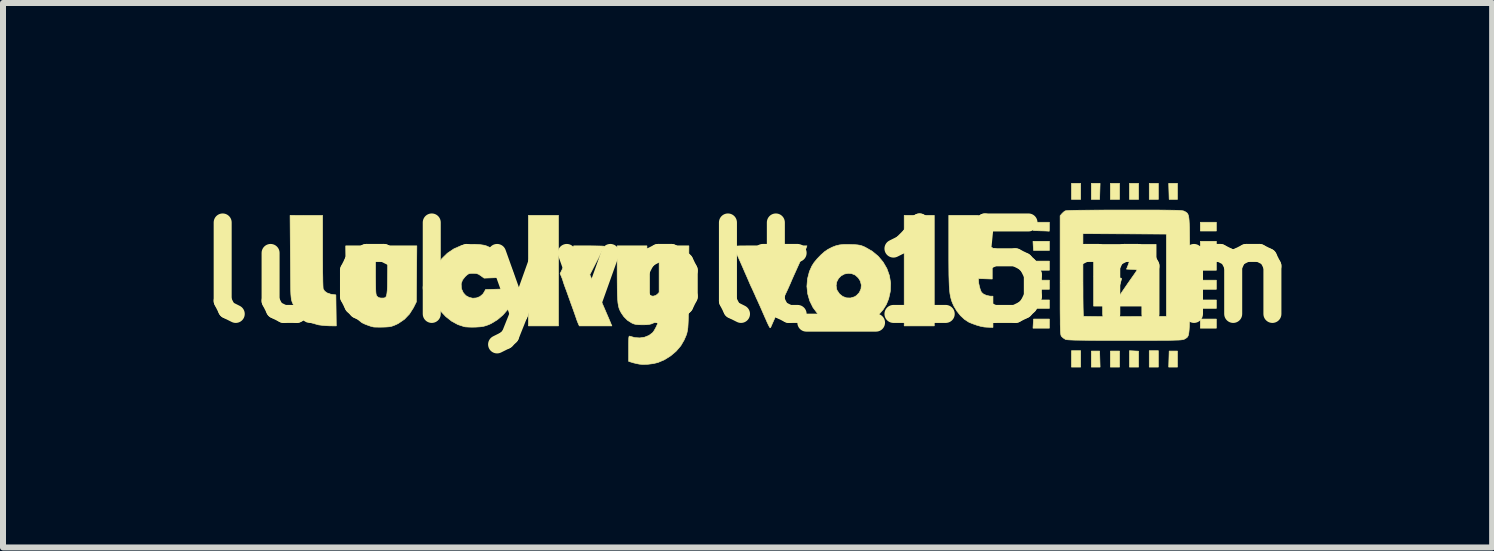
<source format=kicad_pcb>
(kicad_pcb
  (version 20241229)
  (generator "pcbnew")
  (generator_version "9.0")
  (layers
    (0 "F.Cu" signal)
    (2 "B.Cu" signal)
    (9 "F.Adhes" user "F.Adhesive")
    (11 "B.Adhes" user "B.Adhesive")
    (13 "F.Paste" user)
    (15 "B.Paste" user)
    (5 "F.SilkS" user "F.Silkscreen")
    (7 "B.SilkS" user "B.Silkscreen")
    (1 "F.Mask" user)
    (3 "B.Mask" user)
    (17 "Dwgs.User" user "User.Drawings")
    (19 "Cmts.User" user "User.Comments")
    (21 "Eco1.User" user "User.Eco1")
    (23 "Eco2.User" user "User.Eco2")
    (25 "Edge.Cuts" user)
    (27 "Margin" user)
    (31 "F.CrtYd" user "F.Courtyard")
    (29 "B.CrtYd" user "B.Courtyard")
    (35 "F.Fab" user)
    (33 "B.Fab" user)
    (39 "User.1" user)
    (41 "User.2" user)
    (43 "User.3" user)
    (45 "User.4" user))
  (footprint "luckyvolt_15mm"
    (layer "F.Cu")
    (at 9.405 1.491)
    (property "Reference" "luckyvolt_15mm" (at 0 0 0) (layer "F.SilkS") (effects (font (size 1.524 1.524) (thickness 0.3))))
    (attr through_hole)
    (fp_poly (pts (xy -3.15 0.889) (xy -3.651 0.889) (xy -3.651 -0.953) (xy -3.15 -0.953) (xy -3.15 0.889)) (stroke (width 0.01) (type solid)) (fill yes) (layer "F.SilkS"))
    (fp_poly (pts (xy 3.111 0.889) (xy 2.61 0.889) (xy 2.61 -0.953) (xy 3.111 -0.953) (xy 3.111 0.889)) (stroke (width 0.01) (type solid)) (fill yes) (layer "F.SilkS"))
    (fp_poly (pts (xy 5.029 -0.038) (xy 4.756 -0.038) (xy 4.765 -0.191) (xy 5.029 -0.191) (xy 5.029 -0.038)) (stroke (width 0.01) (type solid)) (fill yes) (layer "F.SilkS"))
    (fp_poly (pts (xy 5.029 0.597) (xy 4.763 0.597) (xy 4.763 0.457) (xy 5.029 0.457) (xy 5.029 0.597)) (stroke (width 0.01) (type solid)) (fill yes) (layer "F.SilkS"))
    (fp_poly (pts (xy 5.029 0.927) (xy 4.756 0.927) (xy 4.765 0.775) (xy 5.029 0.775) (xy 5.029 0.927)) (stroke (width 0.01) (type solid)) (fill yes) (layer "F.SilkS"))
    (fp_poly (pts (xy 5.55 -1.219) (xy 5.397 -1.219) (xy 5.397 -1.486) (xy 5.55 -1.486) (xy 5.55 -1.219)) (stroke (width 0.01) (type solid)) (fill yes) (layer "F.SilkS"))
    (fp_poly (pts (xy 5.55 1.575) (xy 5.397 1.575) (xy 5.397 1.302) (xy 5.55 1.302) (xy 5.55 1.575)) (stroke (width 0.01) (type solid)) (fill yes) (layer "F.SilkS"))
    (fp_poly (pts (xy 6.198 -1.219) (xy 6.045 -1.219) (xy 6.045 -1.486) (xy 6.198 -1.486) (xy 6.198 -1.219)) (stroke (width 0.01) (type solid)) (fill yes) (layer "F.SilkS"))
    (fp_poly (pts (xy 6.198 1.575) (xy 6.045 1.575) (xy 6.045 1.308) (xy 6.198 1.308) (xy 6.198 1.575)) (stroke (width 0.01) (type solid)) (fill yes) (layer "F.SilkS"))
    (fp_poly (pts (xy 6.515 -1.219) (xy 6.363 -1.219) (xy 6.363 -1.486) (xy 6.515 -1.486) (xy 6.515 -1.219)) (stroke (width 0.01) (type solid)) (fill yes) (layer "F.SilkS"))
    (fp_poly (pts (xy 6.845 -1.219) (xy 6.693 -1.219) (xy 6.693 -1.486) (xy 6.845 -1.486) (xy 6.845 -1.219)) (stroke (width 0.01) (type solid)) (fill yes) (layer "F.SilkS"))
    (fp_poly (pts (xy 6.845 1.575) (xy 6.693 1.575) (xy 6.693 1.302) (xy 6.845 1.302) (xy 6.845 1.575)) (stroke (width 0.01) (type solid)) (fill yes) (layer "F.SilkS"))
    (fp_poly (pts (xy 7.163 -1.486) (xy 7.163 -1.219) (xy 7.025 -1.219) (xy 7.017 -1.486) (xy 7.163 -1.486)) (stroke (width 0.01) (type solid)) (fill yes) (layer "F.SilkS"))
    (fp_poly (pts (xy 7.811 -0.692) (xy 7.544 -0.692) (xy 7.544 -0.838) (xy 7.811 -0.838) (xy 7.811 -0.692)) (stroke (width 0.01) (type solid)) (fill yes) (layer "F.SilkS"))
    (fp_poly (pts (xy 7.811 -0.368) (xy 7.544 -0.368) (xy 7.544 -0.521) (xy 7.811 -0.521) (xy 7.811 -0.368)) (stroke (width 0.01) (type solid)) (fill yes) (layer "F.SilkS"))
    (fp_poly (pts (xy 7.811 -0.038) (xy 7.544 -0.038) (xy 7.544 -0.191) (xy 7.811 -0.191) (xy 7.811 -0.038)) (stroke (width 0.01) (type solid)) (fill yes) (layer "F.SilkS"))
    (fp_poly (pts (xy 7.811 0.279) (xy 7.544 0.279) (xy 7.544 0.127) (xy 7.811 0.127) (xy 7.811 0.279)) (stroke (width 0.01) (type solid)) (fill yes) (layer "F.SilkS"))
    (fp_poly (pts (xy 7.811 0.597) (xy 7.544 0.597) (xy 7.544 0.457) (xy 7.811 0.457) (xy 7.811 0.597)) (stroke (width 0.01) (type solid)) (fill yes) (layer "F.SilkS"))
    (fp_poly (pts (xy 7.811 0.927) (xy 7.544 0.927) (xy 7.544 0.775) (xy 7.811 0.775) (xy 7.811 0.927)) (stroke (width 0.01) (type solid)) (fill yes) (layer "F.SilkS"))
    (fp_poly (pts (xy 5.87 -1.353) (xy 5.866 -1.219) (xy 5.728 -1.219) (xy 5.728 -1.486) (xy 5.874 -1.486) (xy 5.87 -1.353)) (stroke (width 0.01) (type solid)) (fill yes) (layer "F.SilkS"))
    (fp_poly (pts (xy 4.893 -0.521) (xy 5.029 -0.521) (xy 5.029 -0.368) (xy 4.765 -0.368) (xy 4.76 -0.445) (xy 4.756 -0.521) (xy 4.893 -0.521)) (stroke (width 0.01) (type solid)) (fill yes) (layer "F.SilkS"))
    (fp_poly (pts (xy 4.893 0.127) (xy 5.029 0.127) (xy 5.029 0.279) (xy 4.765 0.279) (xy 4.76 0.203) (xy 4.756 0.127) (xy 4.893 0.127)) (stroke (width 0.01) (type solid)) (fill yes) (layer "F.SilkS"))
    (fp_poly (pts (xy 5.87 1.441) (xy 5.874 1.575) (xy 5.801 1.575) (xy 5.728 1.575) (xy 5.728 1.308) (xy 5.866 1.308) (xy 5.87 1.441)) (stroke (width 0.01) (type solid)) (fill yes) (layer "F.SilkS"))
    (fp_poly (pts (xy 6.439 1.306) (xy 6.515 1.31) (xy 6.515 1.575) (xy 6.363 1.575) (xy 6.363 1.438) (xy 6.363 1.302) (xy 6.439 1.306)) (stroke (width 0.01) (type solid)) (fill yes) (layer "F.SilkS"))
    (fp_poly (pts (xy 7.163 1.575) (xy 7.09 1.575) (xy 7.017 1.575) (xy 7.021 1.441) (xy 7.025 1.308) (xy 7.163 1.308) (xy 7.163 1.575)) (stroke (width 0.01) (type solid)) (fill yes) (layer "F.SilkS"))
    (fp_poly (pts (xy 5.029 -0.762) (xy 5.029 -0.722) (xy 5.027 -0.696) (xy 5.026 -0.688) (xy 5.013 -0.69) (xy 4.98 -0.692) (xy 4.932 -0.694) (xy 4.893 -0.695) (xy 4.763 -0.699) (xy 4.763 -0.838) (xy 5.029 -0.838) (xy 5.029 -0.762)) (stroke (width 0.01) (type solid)) (fill yes) (layer "F.SilkS"))
    (fp_poly (pts (xy -7.351 -0.952) (xy -7.08 -0.952) (xy -7.08 -0.359) (xy -7.08 -0.237) (xy -7.079 -0.123) (xy -7.079 -0.018) (xy -7.077 0.075) (xy -7.076 0.153) (xy -7.074 0.213) (xy -7.072 0.253) (xy -7.071 0.269) (xy -7.047 0.309) (xy -7.004 0.34) (xy -6.946 0.36) (xy -6.922 0.364) (xy -6.859 0.372) (xy -6.852 0.889) (xy -6.96 0.888) (xy -7.023 0.885) (xy -7.09 0.879) (xy -7.146 0.872) (xy -7.15 0.871) (xy -7.268 0.838) (xy -7.37 0.784) (xy -7.456 0.711) (xy -7.527 0.617) (xy -7.583 0.503) (xy -7.583 0.501) (xy -7.59 0.484) (xy -7.595 0.467) (xy -7.6 0.449) (xy -7.603 0.426) (xy -7.606 0.397) (xy -7.609 0.359) (xy -7.611 0.311) (xy -7.612 0.25) (xy -7.613 0.173) (xy -7.614 0.079) (xy -7.615 -0.035) (xy -7.616 -0.17) (xy -7.617 -0.264) (xy -7.622 -0.953) (xy -7.351 -0.952)) (stroke (width 0.01) (type solid)) (fill yes) (layer "F.SilkS"))
    (fp_poly (pts (xy 3.848 -0.419) (xy 4.077 -0.419) (xy 4.077 0.108) (xy 3.962 0.104) (xy 3.848 0.1) (xy 3.848 0.132) (xy 3.852 0.18) (xy 3.864 0.235) (xy 3.879 0.287) (xy 3.896 0.326) (xy 3.9 0.331) (xy 3.932 0.359) (xy 3.979 0.38) (xy 4.034 0.392) (xy 4.056 0.394) (xy 4.089 0.394) (xy 4.089 0.914) (xy 4.029 0.912) (xy 3.983 0.91) (xy 3.941 0.907) (xy 3.931 0.905) (xy 3.881 0.895) (xy 3.818 0.877) (xy 3.753 0.854) (xy 3.696 0.831) (xy 3.684 0.825) (xy 3.616 0.781) (xy 3.549 0.719) (xy 3.489 0.644) (xy 3.44 0.563) (xy 3.436 0.555) (xy 3.418 0.516) (xy 3.403 0.478) (xy 3.391 0.439) (xy 3.381 0.397) (xy 3.372 0.348) (xy 3.366 0.291) (xy 3.361 0.222) (xy 3.358 0.141) (xy 3.355 0.043) (xy 3.354 -0.073) (xy 3.353 -0.209) (xy 3.353 -0.359) (xy 3.353 -0.953) (xy 3.848 -0.953) (xy 3.848 -0.419)) (stroke (width 0.01) (type solid)) (fill yes) (layer "F.SilkS"))
    (fp_poly (pts (xy -2.565 -0.444) (xy -2.497 -0.443) (xy -2.442 -0.442) (xy -2.405 -0.44) (xy -2.388 -0.438) (xy -2.388 -0.438) (xy -2.393 -0.425) (xy -2.409 -0.393) (xy -2.432 -0.346) (xy -2.463 -0.286) (xy -2.497 -0.218) (xy -2.508 -0.198) (xy -2.628 0.036) (xy -2.557 0.199) (xy -2.53 0.262) (xy -2.504 0.32) (xy -2.484 0.368) (xy -2.47 0.399) (xy -2.469 0.403) (xy -2.45 0.446) (xy -2.433 0.486) (xy -2.42 0.516) (xy -2.4 0.562) (xy -2.375 0.62) (xy -2.348 0.683) (xy -2.321 0.745) (xy -2.298 0.799) (xy -2.281 0.84) (xy -2.278 0.848) (xy -2.26 0.889) (xy -2.803 0.889) (xy -2.819 0.854) (xy -2.834 0.818) (xy -2.85 0.776) (xy -2.852 0.768) (xy -2.863 0.736) (xy -2.88 0.687) (xy -2.901 0.628) (xy -2.921 0.572) (xy -2.943 0.512) (xy -2.962 0.458) (xy -2.977 0.417) (xy -2.985 0.394) (xy -2.995 0.366) (xy -3.01 0.324) (xy -3.028 0.275) (xy -3.029 0.273) (xy -3.047 0.224) (xy -3.063 0.178) (xy -3.073 0.147) (xy -3.073 0.146) (xy -3.085 0.108) (xy -3.102 0.066) (xy -3.103 0.063) (xy -3.123 0.018) (xy -2.896 -0.445) (xy -2.642 -0.445) (xy -2.565 -0.444)) (stroke (width 0.01) (type solid)) (fill yes) (layer "F.SilkS"))
    (fp_poly (pts (xy 6.807 0.559) (xy 5.766 0.559) (xy 5.766 0.061) (xy 6.071 0.061) (xy 6.078 0.079) (xy 6.099 0.087) (xy 6.135 0.089) (xy 6.154 0.089) (xy 6.199 0.09) (xy 6.223 0.093) (xy 6.232 0.1) (xy 6.231 0.111) (xy 6.224 0.133) (xy 6.213 0.172) (xy 6.199 0.222) (xy 6.193 0.241) (xy 6.177 0.295) (xy 6.162 0.343) (xy 6.15 0.378) (xy 6.148 0.385) (xy 6.137 0.422) (xy 6.135 0.446) (xy 6.143 0.452) (xy 6.147 0.451) (xy 6.16 0.437) (xy 6.182 0.408) (xy 6.203 0.377) (xy 6.236 0.327) (xy 6.282 0.26) (xy 6.338 0.178) (xy 6.402 0.087) (xy 6.443 0.029) (xy 6.467 -0.006) (xy 6.484 -0.033) (xy 6.49 -0.044) (xy 6.478 -0.047) (xy 6.448 -0.051) (xy 6.404 -0.053) (xy 6.402 -0.053) (xy 6.314 -0.057) (xy 6.337 -0.114) (xy 6.352 -0.156) (xy 6.37 -0.21) (xy 6.388 -0.266) (xy 6.389 -0.267) (xy 6.403 -0.314) (xy 6.415 -0.353) (xy 6.423 -0.376) (xy 6.423 -0.378) (xy 6.42 -0.385) (xy 6.401 -0.39) (xy 6.363 -0.393) (xy 6.303 -0.394) (xy 6.289 -0.394) (xy 6.148 -0.394) (xy 6.14 -0.333) (xy 6.134 -0.288) (xy 6.124 -0.232) (xy 6.115 -0.184) (xy 6.104 -0.127) (xy 6.092 -0.068) (xy 6.084 -0.028) (xy 6.074 0.027) (xy 6.071 0.061) (xy 5.766 0.061) (xy 5.766 -0.47) (xy 6.807 -0.47) (xy 6.807 0.559)) (stroke (width 0.01) (type solid)) (fill yes) (layer "F.SilkS"))
    (fp_poly (pts (xy -6.198 -0.04) (xy -6.198 0.073) (xy -6.197 0.163) (xy -6.196 0.233) (xy -6.195 0.287) (xy -6.193 0.325) (xy -6.19 0.353) (xy -6.186 0.372) (xy -6.181 0.385) (xy -6.174 0.394) (xy -6.174 0.395) (xy -6.147 0.417) (xy -6.11 0.425) (xy -6.098 0.425) (xy -6.072 0.425) (xy -6.052 0.423) (xy -6.036 0.416) (xy -6.023 0.403) (xy -6.014 0.38) (xy -6.008 0.346) (xy -6.003 0.298) (xy -6 0.233) (xy -5.999 0.149) (xy -5.998 0.043) (xy -5.997 -0.032) (xy -5.993 -0.445) (xy -5.51 -0.445) (xy -5.514 0.022) (xy -5.518 0.489) (xy -5.567 0.587) (xy -5.633 0.691) (xy -5.717 0.779) (xy -5.818 0.848) (xy -5.848 0.863) (xy -5.892 0.882) (xy -5.929 0.895) (xy -5.968 0.903) (xy -6.017 0.907) (xy -6.071 0.909) (xy -6.13 0.91) (xy -6.182 0.909) (xy -6.221 0.908) (xy -6.236 0.906) (xy -6.275 0.896) (xy -6.324 0.879) (xy -6.374 0.86) (xy -6.414 0.841) (xy -6.43 0.832) (xy -6.47 0.799) (xy -6.516 0.756) (xy -6.559 0.71) (xy -6.591 0.67) (xy -6.597 0.661) (xy -6.617 0.625) (xy -6.639 0.576) (xy -6.655 0.533) (xy -6.663 0.511) (xy -6.67 0.488) (xy -6.675 0.464) (xy -6.679 0.435) (xy -6.682 0.397) (xy -6.684 0.349) (xy -6.686 0.286) (xy -6.688 0.206) (xy -6.689 0.107) (xy -6.69 0.003) (xy -6.695 -0.445) (xy -6.198 -0.445) (xy -6.198 -0.04)) (stroke (width 0.01) (type solid)) (fill yes) (layer "F.SilkS"))
    (fp_poly (pts (xy 1.712 -0.467) (xy 1.781 -0.465) (xy 1.831 -0.461) (xy 1.87 -0.455) (xy 1.903 -0.446) (xy 1.938 -0.432) (xy 1.96 -0.422) (xy 2.077 -0.355) (xy 2.177 -0.272) (xy 2.259 -0.174) (xy 2.322 -0.066) (xy 2.364 0.051) (xy 2.384 0.174) (xy 2.38 0.301) (xy 2.376 0.327) (xy 2.351 0.438) (xy 2.312 0.533) (xy 2.26 0.616) (xy 2.169 0.722) (xy 2.065 0.805) (xy 1.95 0.866) (xy 1.923 0.876) (xy 1.865 0.892) (xy 1.79 0.903) (xy 1.707 0.909) (xy 1.626 0.91) (xy 1.555 0.905) (xy 1.536 0.902) (xy 1.46 0.88) (xy 1.375 0.842) (xy 1.291 0.791) (xy 1.261 0.769) (xy 1.166 0.683) (xy 1.091 0.583) (xy 1.036 0.472) (xy 1.002 0.353) (xy 0.989 0.23) (xy 0.99 0.218) (xy 1.476 0.218) (xy 1.486 0.281) (xy 1.493 0.298) (xy 1.533 0.357) (xy 1.587 0.399) (xy 1.65 0.422) (xy 1.715 0.424) (xy 1.78 0.405) (xy 1.813 0.385) (xy 1.862 0.334) (xy 1.89 0.273) (xy 1.896 0.208) (xy 1.88 0.143) (xy 1.846 0.089) (xy 1.795 0.042) (xy 1.735 0.018) (xy 1.68 0.013) (xy 1.615 0.024) (xy 1.559 0.055) (xy 1.515 0.1) (xy 1.486 0.156) (xy 1.476 0.218) (xy 0.99 0.218) (xy 0.999 0.105) (xy 1.031 -0.018) (xy 1.071 -0.107) (xy 1.109 -0.167) (xy 1.162 -0.231) (xy 1.223 -0.294) (xy 1.284 -0.348) (xy 1.34 -0.386) (xy 1.41 -0.422) (xy 1.472 -0.446) (xy 1.535 -0.461) (xy 1.606 -0.468) (xy 1.692 -0.468) (xy 1.712 -0.467)) (stroke (width 0.01) (type solid)) (fill yes) (layer "F.SilkS"))
    (fp_poly (pts (xy -1.676 0.331) (xy -1.645 0.363) (xy -1.604 0.388) (xy -1.575 0.394) (xy -1.53 0.382) (xy -1.504 0.363) (xy -1.473 0.331) (xy -1.473 -0.445) (xy -0.977 -0.445) (xy -0.981 0.244) (xy -0.982 0.398) (xy -0.983 0.528) (xy -0.984 0.637) (xy -0.986 0.728) (xy -0.988 0.803) (xy -0.991 0.864) (xy -0.994 0.914) (xy -0.999 0.955) (xy -1.006 0.989) (xy -1.013 1.019) (xy -1.023 1.047) (xy -1.035 1.075) (xy -1.049 1.107) (xy -1.056 1.124) (xy -1.112 1.22) (xy -1.188 1.309) (xy -1.281 1.388) (xy -1.385 1.453) (xy -1.491 1.498) (xy -1.569 1.517) (xy -1.657 1.528) (xy -1.743 1.531) (xy -1.803 1.526) (xy -1.853 1.516) (xy -1.906 1.503) (xy -1.921 1.498) (xy -1.981 1.48) (xy -1.981 1.266) (xy -1.981 1.188) (xy -1.98 1.131) (xy -1.979 1.094) (xy -1.976 1.071) (xy -1.971 1.061) (xy -1.964 1.059) (xy -1.959 1.061) (xy -1.878 1.084) (xy -1.795 1.089) (xy -1.715 1.077) (xy -1.643 1.048) (xy -1.585 1.005) (xy -1.57 0.988) (xy -1.549 0.955) (xy -1.527 0.915) (xy -1.508 0.875) (xy -1.495 0.84) (xy -1.491 0.819) (xy -1.492 0.815) (xy -1.506 0.816) (xy -1.536 0.827) (xy -1.564 0.839) (xy -1.601 0.855) (xy -1.638 0.864) (xy -1.682 0.869) (xy -1.742 0.87) (xy -1.752 0.87) (xy -1.813 0.869) (xy -1.857 0.865) (xy -1.891 0.857) (xy -1.923 0.844) (xy -1.93 0.84) (xy -2.001 0.795) (xy -2.059 0.737) (xy -2.095 0.686) (xy -2.114 0.655) (xy -2.129 0.624) (xy -2.142 0.591) (xy -2.151 0.552) (xy -2.159 0.506) (xy -2.164 0.448) (xy -2.168 0.377) (xy -2.17 0.29) (xy -2.171 0.184) (xy -2.172 0.056) (xy -2.172 0.014) (xy -2.172 -0.445) (xy -1.676 -0.445) (xy -1.676 0.331)) (stroke (width 0.01) (type solid)) (fill yes) (layer "F.SilkS"))
    (fp_poly (pts (xy 0.977 -0.41) (xy 0.963 -0.376) (xy 0.94 -0.324) (xy 0.91 -0.258) (xy 0.875 -0.182) (xy 0.87 -0.171) (xy 0.84 -0.105) (xy 0.804 -0.025) (xy 0.766 0.059) (xy 0.736 0.127) (xy 0.711 0.186) (xy 0.683 0.249) (xy 0.659 0.302) (xy 0.632 0.359) (xy 0.603 0.422) (xy 0.586 0.46) (xy 0.562 0.513) (xy 0.534 0.576) (xy 0.508 0.635) (xy 0.483 0.693) (xy 0.456 0.755) (xy 0.433 0.806) (xy 0.433 0.806) (xy 0.413 0.851) (xy 0.396 0.89) (xy 0.386 0.912) (xy 0.381 0.92) (xy 0.373 0.918) (xy 0.363 0.903) (xy 0.347 0.872) (xy 0.324 0.823) (xy 0.294 0.754) (xy 0.293 0.753) (xy 0.261 0.68) (xy 0.229 0.606) (xy 0.199 0.539) (xy 0.175 0.486) (xy 0.168 0.47) (xy 0.144 0.419) (xy 0.123 0.37) (xy 0.106 0.334) (xy 0.105 0.33) (xy 0.087 0.291) (xy 0.071 0.256) (xy 0.07 0.254) (xy 0.06 0.234) (xy 0.042 0.194) (xy 0.018 0.138) (xy -0.012 0.069) (xy -0.046 -0.008) (xy -0.07 -0.064) (xy -0.105 -0.144) (xy -0.138 -0.218) (xy -0.167 -0.282) (xy -0.19 -0.331) (xy -0.206 -0.364) (xy -0.211 -0.374) (xy -0.225 -0.404) (xy -0.229 -0.422) (xy -0.227 -0.43) (xy -0.219 -0.436) (xy -0.203 -0.44) (xy -0.173 -0.442) (xy -0.128 -0.444) (xy -0.063 -0.444) (xy 0.000205 -0.445) (xy 0.229 -0.445) (xy 0.247 -0.403) (xy 0.262 -0.365) (xy 0.28 -0.319) (xy 0.286 -0.305) (xy 0.305 -0.255) (xy 0.327 -0.204) (xy 0.331 -0.193) (xy 0.346 -0.157) (xy 0.355 -0.128) (xy 0.356 -0.12) (xy 0.364 -0.104) (xy 0.371 -0.102) (xy 0.382 -0.113) (xy 0.4 -0.143) (xy 0.423 -0.189) (xy 0.45 -0.246) (xy 0.462 -0.273) (xy 0.536 -0.445) (xy 0.99 -0.445) (xy 0.977 -0.41)) (stroke (width 0.01) (type solid)) (fill yes) (layer "F.SilkS"))
    (fp_poly (pts (xy -4.462 -0.466) (xy -4.388 -0.455) (xy -4.354 -0.445) (xy -4.256 -0.402) (xy -4.163 -0.344) (xy -4.079 -0.275) (xy -4.01 -0.2) (xy -3.963 -0.126) (xy -3.944 -0.086) (xy -3.926 -0.041) (xy -3.909 0.004) (xy -3.896 0.042) (xy -3.89 0.066) (xy -3.89 0.072) (xy -3.904 0.074) (xy -3.939 0.076) (xy -3.991 0.079) (xy -4.057 0.081) (xy -4.133 0.084) (xy -4.142 0.084) (xy -4.389 0.093) (xy -4.444 0.053) (xy -4.482 0.028) (xy -4.517 0.016) (xy -4.561 0.013) (xy -4.574 0.013) (xy -4.616 0.014) (xy -4.646 0.021) (xy -4.672 0.038) (xy -4.704 0.067) (xy -4.749 0.124) (xy -4.771 0.186) (xy -4.768 0.255) (xy -4.763 0.277) (xy -4.735 0.338) (xy -4.692 0.385) (xy -4.638 0.414) (xy -4.578 0.428) (xy -4.518 0.423) (xy -4.46 0.401) (xy -4.411 0.36) (xy -4.387 0.324) (xy -4.365 0.283) (xy -4.123 0.276) (xy -4.047 0.273) (xy -3.98 0.272) (xy -3.927 0.272) (xy -3.89 0.272) (xy -3.875 0.274) (xy -3.875 0.274) (xy -3.874 0.29) (xy -3.88 0.323) (xy -3.89 0.368) (xy -3.904 0.418) (xy -3.92 0.467) (xy -3.935 0.508) (xy -3.94 0.521) (xy -3.998 0.618) (xy -4.076 0.708) (xy -4.169 0.787) (xy -4.271 0.849) (xy -4.31 0.867) (xy -4.359 0.885) (xy -4.403 0.897) (xy -4.452 0.904) (xy -4.515 0.908) (xy -4.534 0.909) (xy -4.596 0.91) (xy -4.654 0.908) (xy -4.701 0.905) (xy -4.719 0.902) (xy -4.826 0.867) (xy -4.929 0.811) (xy -5.025 0.736) (xy -5.109 0.647) (xy -5.178 0.547) (xy -5.214 0.474) (xy -5.231 0.428) (xy -5.242 0.386) (xy -5.249 0.337) (xy -5.254 0.275) (xy -5.255 0.245) (xy -5.257 0.179) (xy -5.256 0.131) (xy -5.252 0.091) (xy -5.242 0.053) (xy -5.227 0.007) (xy -5.227 0.005) (xy -5.171 -0.12) (xy -5.095 -0.23) (xy -5.001 -0.322) (xy -4.891 -0.396) (xy -4.776 -0.446) (xy -4.713 -0.461) (xy -4.633 -0.469) (xy -4.547 -0.471) (xy -4.462 -0.466)) (stroke (width 0.01) (type solid)) (fill yes) (layer "F.SilkS"))
    (fp_poly (pts (xy 6.462 -1.041) (xy 6.618 -1.041) (xy 6.751 -1.041) (xy 6.865 -1.041) (xy 6.96 -1.04) (xy 7.039 -1.039) (xy 7.103 -1.038) (xy 7.154 -1.037) (xy 7.193 -1.035) (xy 7.223 -1.033) (xy 7.245 -1.03) (xy 7.261 -1.027) (xy 7.272 -1.024) (xy 7.281 -1.019) (xy 7.286 -1.017) (xy 7.301 -1.008) (xy 7.313 -1) (xy 7.324 -0.991) (xy 7.333 -0.979) (xy 7.341 -0.962) (xy 7.348 -0.94) (xy 7.353 -0.909) (xy 7.357 -0.869) (xy 7.36 -0.817) (xy 7.363 -0.752) (xy 7.364 -0.672) (xy 7.365 -0.576) (xy 7.366 -0.462) (xy 7.366 -0.327) (xy 7.366 -0.171) (xy 7.366 0.008) (xy 7.366 0.044) (xy 7.366 0.228) (xy 7.366 0.389) (xy 7.366 0.527) (xy 7.365 0.645) (xy 7.364 0.744) (xy 7.363 0.827) (xy 7.361 0.895) (xy 7.358 0.949) (xy 7.354 0.991) (xy 7.349 1.023) (xy 7.343 1.048) (xy 7.335 1.065) (xy 7.326 1.078) (xy 7.315 1.087) (xy 7.303 1.095) (xy 7.289 1.104) (xy 7.286 1.105) (xy 7.278 1.11) (xy 7.268 1.114) (xy 7.255 1.117) (xy 7.237 1.12) (xy 7.212 1.123) (xy 7.178 1.125) (xy 7.134 1.126) (xy 7.078 1.128) (xy 7.008 1.129) (xy 6.923 1.129) (xy 6.82 1.13) (xy 6.698 1.13) (xy 6.555 1.13) (xy 6.389 1.13) (xy 6.287 1.13) (xy 6.104 1.13) (xy 5.946 1.13) (xy 5.809 1.13) (xy 5.693 1.129) (xy 5.596 1.128) (xy 5.515 1.127) (xy 5.45 1.126) (xy 5.399 1.124) (xy 5.36 1.122) (xy 5.331 1.12) (xy 5.311 1.117) (xy 5.297 1.114) (xy 5.292 1.111) (xy 5.257 1.088) (xy 5.232 1.064) (xy 5.227 1.058) (xy 5.224 1.05) (xy 5.22 1.038) (xy 5.218 1.021) (xy 5.215 0.996) (xy 5.213 0.963) (xy 5.212 0.92) (xy 5.21 0.864) (xy 5.21 0.794) (xy 5.209 0.708) (xy 5.208 0.606) (xy 5.208 0.484) (xy 5.208 0.341) (xy 5.208 0.176) (xy 5.208 0.044) (xy 5.208 0.036) (xy 5.588 0.036) (xy 5.588 0.165) (xy 5.589 0.287) (xy 5.589 0.399) (xy 5.59 0.498) (xy 5.591 0.583) (xy 5.593 0.65) (xy 5.594 0.698) (xy 5.596 0.724) (xy 5.597 0.728) (xy 5.611 0.73) (xy 5.648 0.731) (xy 5.705 0.732) (xy 5.781 0.733) (xy 5.873 0.734) (xy 5.979 0.734) (xy 6.096 0.734) (xy 6.222 0.734) (xy 6.292 0.734) (xy 6.979 0.73) (xy 6.979 -0.641) (xy 6.283 -0.645) (xy 5.588 -0.648) (xy 5.588 0.036) (xy 5.208 0.036) (xy 5.208 -0.946) (xy 5.236 -0.979) (xy 5.264 -1.007) (xy 5.292 -1.027) (xy 5.306 -1.03) (xy 5.338 -1.033) (xy 5.387 -1.035) (xy 5.455 -1.037) (xy 5.544 -1.038) (xy 5.653 -1.039) (xy 5.784 -1.04) (xy 5.938 -1.041) (xy 6.115 -1.041) (xy 6.282 -1.041) (xy 6.462 -1.041)) (stroke (width 0.01) (type solid)) (fill yes) (layer "F.SilkS")))
  (gr_rect
    (start -3 -3)
    (end 21.811 6.071)
    (stroke (width 0.1) (type default))
    (fill no)
    (layer "Edge.Cuts")))
</source>
